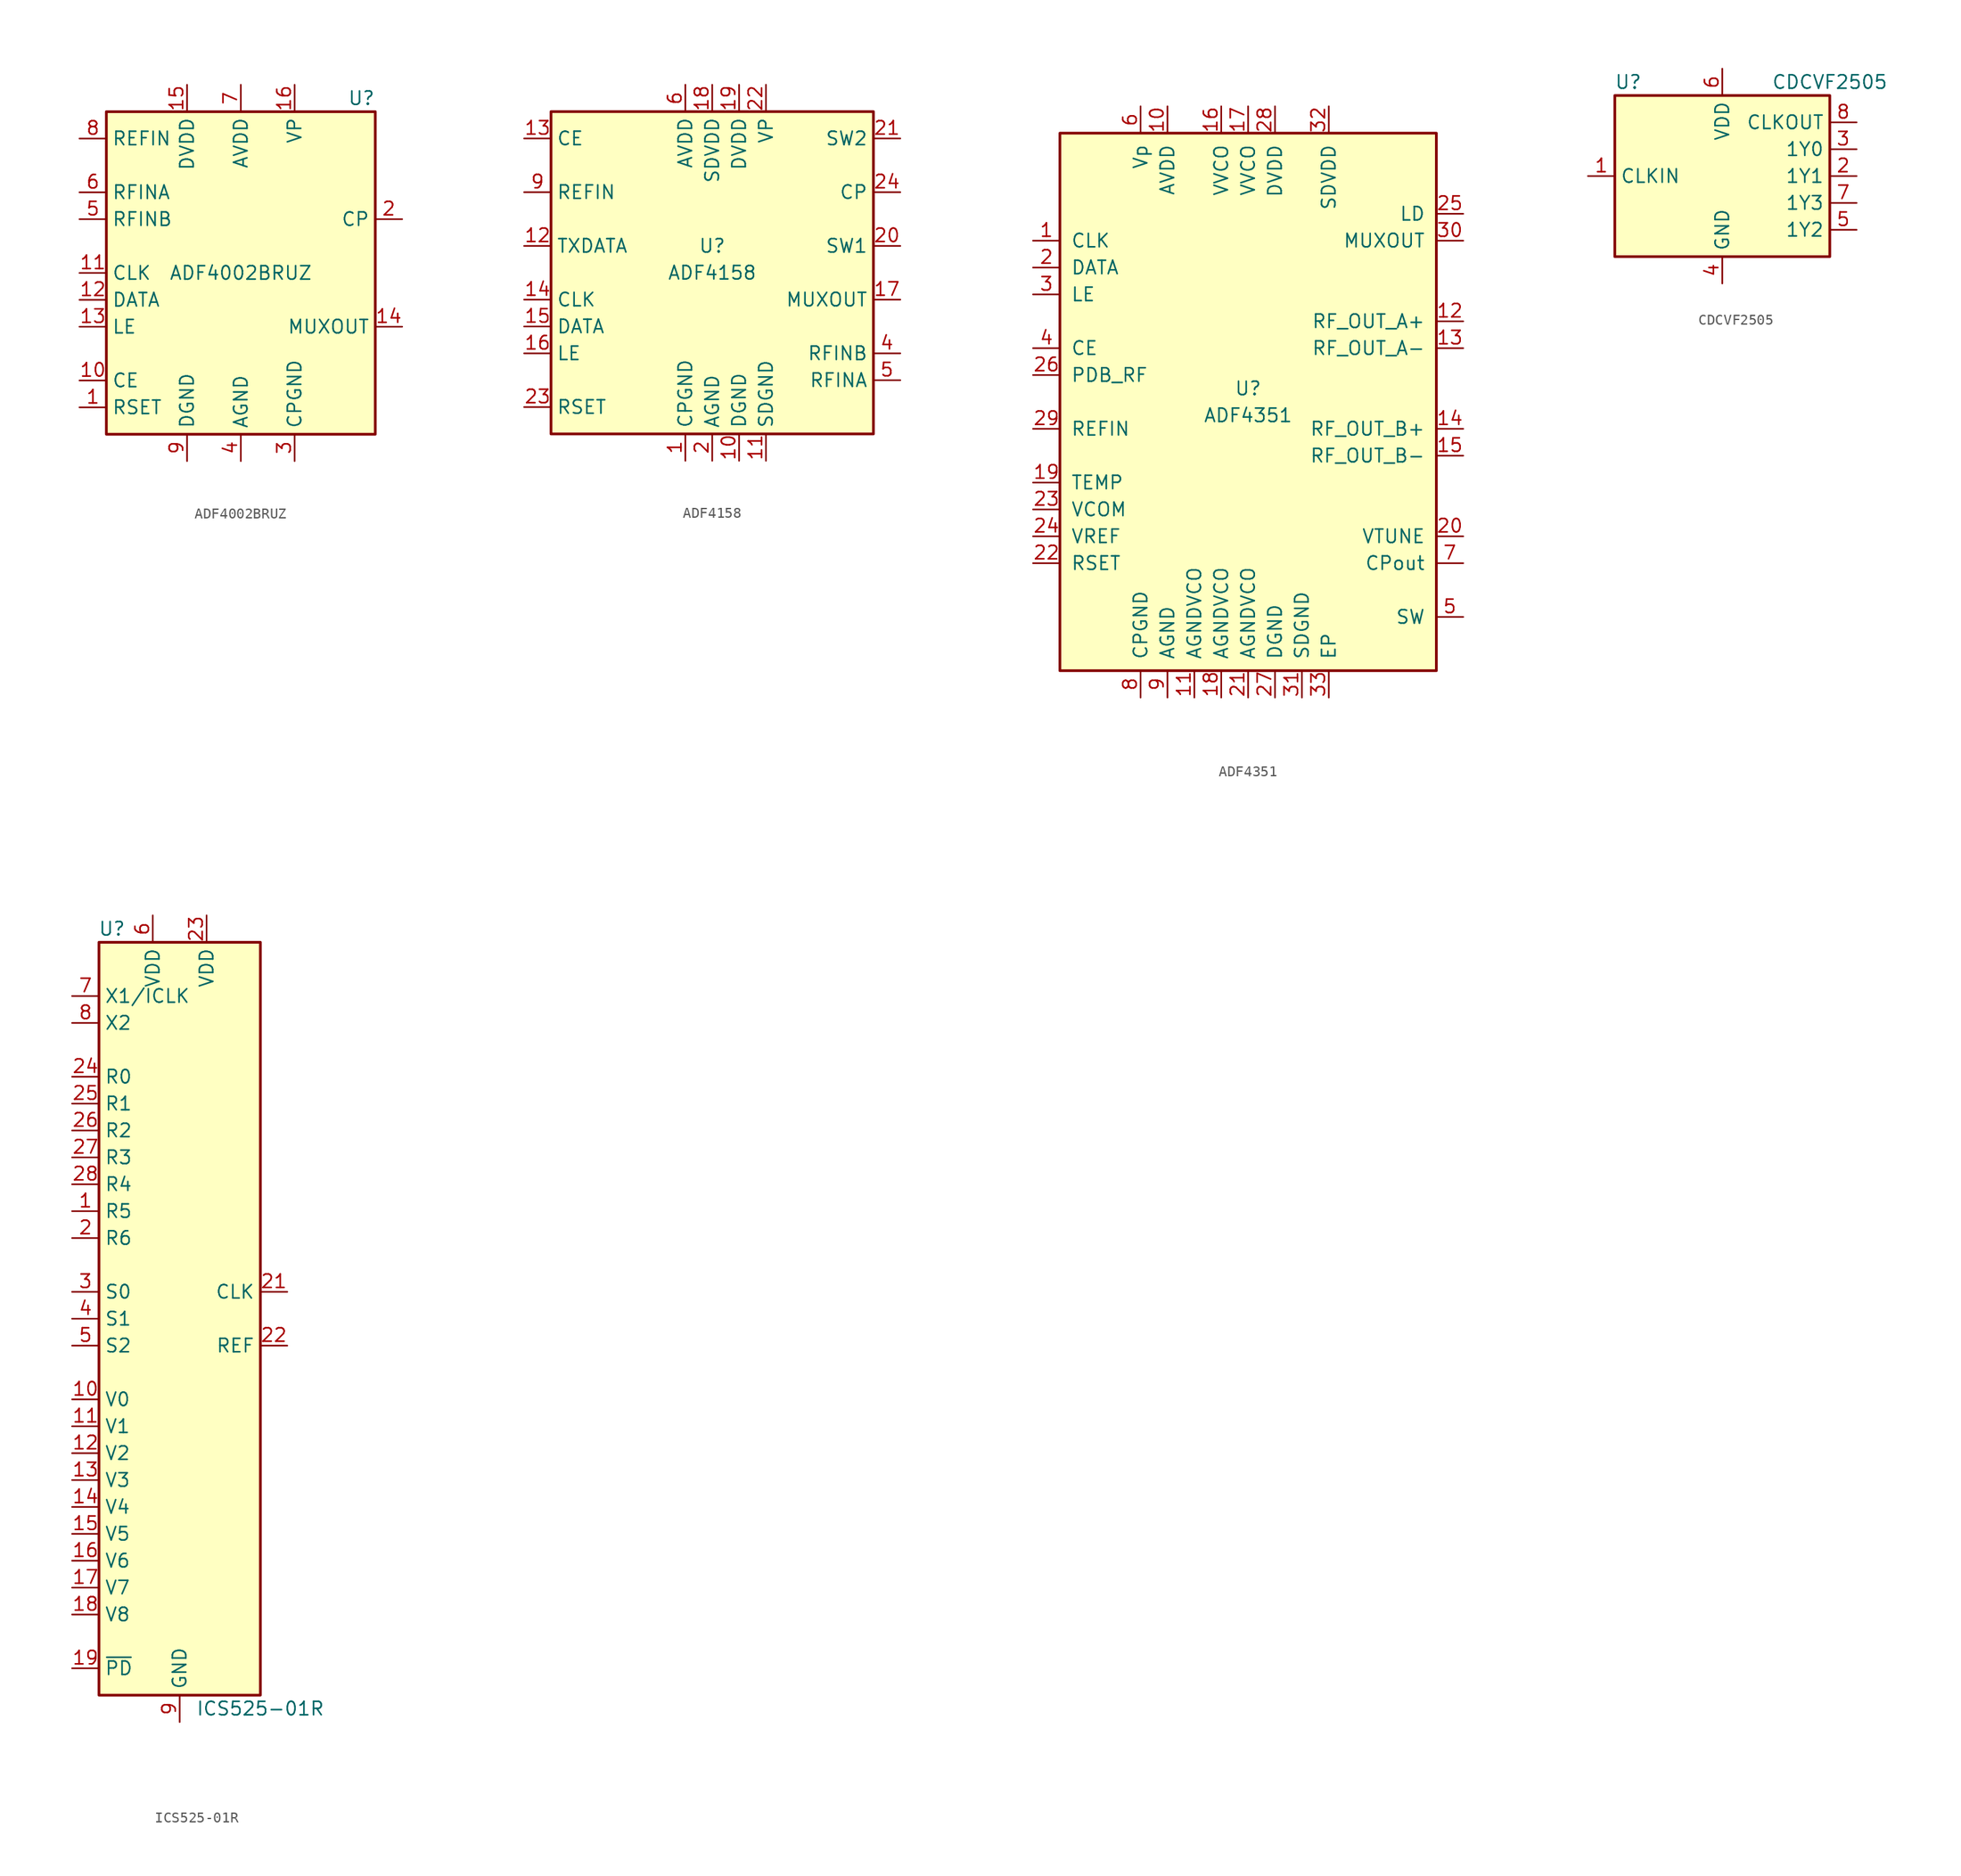
<source format=kicad_sym>
(kicad_symbol_lib
  (version 20231120)
  (generator "kicad_symbol_editor")
  (generator_version "8.0")
  (symbol "ADF4002BRUZ"
    (property "Reference" "U"
      (at 12.7 16.51 0)
      (effects (font (size 1.27 1.27)) (justify right)))
    (property "Value" "ADF4002BRUZ"
      (at 0 0 0)
      (effects (font (size 1.27 1.27))))
    (symbol "ADF4002BRUZ_0_1"
      (rectangle (start -12.7 15.24) (end 12.7 -15.24) (stroke (width 0.254) (type default)) (fill (type background))))
    (symbol "ADF4002BRUZ_1_1"
      (pin input line (at -15.24 -12.7 0) (length 2.54) (name "RSET" (effects (font (size 1.27 1.27)))) (number "1" (effects (font (size 1.27 1.27)))))
      (pin input line (at -15.24 -10.16 0) (length 2.54) (name "CE" (effects (font (size 1.27 1.27)))) (number "10" (effects (font (size 1.27 1.27)))))
      (pin input line (at -15.24 0 0) (length 2.54) (name "CLK" (effects (font (size 1.27 1.27)))) (number "11" (effects (font (size 1.27 1.27)))))
      (pin input line (at -15.24 -2.54 0) (length 2.54) (name "DATA" (effects (font (size 1.27 1.27)))) (number "12" (effects (font (size 1.27 1.27)))))
      (pin input line (at -15.24 -5.08 0) (length 2.54) (name "LE" (effects (font (size 1.27 1.27)))) (number "13" (effects (font (size 1.27 1.27)))))
      (pin output line (at 15.24 -5.08 180) (length 2.54) (name "MUXOUT" (effects (font (size 1.27 1.27)))) (number "14" (effects (font (size 1.27 1.27)))))
      (pin power_in line (at -5.08 17.78 270) (length 2.54) (name "DVDD" (effects (font (size 1.27 1.27)))) (number "15" (effects (font (size 1.27 1.27)))))
      (pin power_in line (at 5.08 17.78 270) (length 2.54) (name "VP" (effects (font (size 1.27 1.27)))) (number "16" (effects (font (size 1.27 1.27)))))
      (pin output line (at 15.24 5.08 180) (length 2.54) (name "CP" (effects (font (size 1.27 1.27)))) (number "2" (effects (font (size 1.27 1.27)))))
      (pin power_in line (at 5.08 -17.78 90) (length 2.54) (name "CPGND" (effects (font (size 1.27 1.27)))) (number "3" (effects (font (size 1.27 1.27)))))
      (pin power_in line (at 0 -17.78 90) (length 2.54) (name "AGND" (effects (font (size 1.27 1.27)))) (number "4" (effects (font (size 1.27 1.27)))))
      (pin input line (at -15.24 5.08 0) (length 2.54) (name "RFINB" (effects (font (size 1.27 1.27)))) (number "5" (effects (font (size 1.27 1.27)))))
      (pin input line (at -15.24 7.62 0) (length 2.54) (name "RFINA" (effects (font (size 1.27 1.27)))) (number "6" (effects (font (size 1.27 1.27)))))
      (pin power_in line (at 0 17.78 270) (length 2.54) (name "AVDD" (effects (font (size 1.27 1.27)))) (number "7" (effects (font (size 1.27 1.27)))))
      (pin input line (at -15.24 12.7 0) (length 2.54) (name "REFIN" (effects (font (size 1.27 1.27)))) (number "8" (effects (font (size 1.27 1.27)))))
      (pin power_in line (at -5.08 -17.78 90) (length 2.54) (name "DGND" (effects (font (size 1.27 1.27)))) (number "9" (effects (font (size 1.27 1.27)))))))
  (symbol "ADF4158"
    (property "Reference" "U"
      (at 0 2.54 0)
      (effects (font (size 1.27 1.27))))
    (property "Value" "ADF4158"
      (at 0 0 0)
      (effects (font (size 1.27 1.27))))
    (symbol "ADF4158_0_1"
      (rectangle (start -15.24 15.24) (end 15.24 -15.24) (stroke (width 0.254) (type default)) (fill (type background))))
    (symbol "ADF4158_1_1"
      (pin power_in line (at -2.54 -17.78 90) (length 2.54) (name "CPGND" (effects (font (size 1.27 1.27)))) (number "1" (effects (font (size 1.27 1.27)))))
      (pin power_in line (at 2.54 -17.78 90) (length 2.54) (name "DGND" (effects (font (size 1.27 1.27)))) (number "10" (effects (font (size 1.27 1.27)))))
      (pin power_in line (at 5.08 -17.78 90) (length 2.54) (name "SDGND" (effects (font (size 1.27 1.27)))) (number "11" (effects (font (size 1.27 1.27)))))
      (pin input line (at -17.78 2.54 0) (length 2.54) (name "TXDATA" (effects (font (size 1.27 1.27)))) (number "12" (effects (font (size 1.27 1.27)))))
      (pin input line (at -17.78 12.7 0) (length 2.54) (name "CE" (effects (font (size 1.27 1.27)))) (number "13" (effects (font (size 1.27 1.27)))))
      (pin input line (at -17.78 -2.54 0) (length 2.54) (name "CLK" (effects (font (size 1.27 1.27)))) (number "14" (effects (font (size 1.27 1.27)))))
      (pin input line (at -17.78 -5.08 0) (length 2.54) (name "DATA" (effects (font (size 1.27 1.27)))) (number "15" (effects (font (size 1.27 1.27)))))
      (pin input line (at -17.78 -7.62 0) (length 2.54) (name "LE" (effects (font (size 1.27 1.27)))) (number "16" (effects (font (size 1.27 1.27)))))
      (pin output line (at 17.78 -2.54 180) (length 2.54) (name "MUXOUT" (effects (font (size 1.27 1.27)))) (number "17" (effects (font (size 1.27 1.27)))))
      (pin power_in line (at 0 17.78 270) (length 2.54) (name "SDVDD" (effects (font (size 1.27 1.27)))) (number "18" (effects (font (size 1.27 1.27)))))
      (pin power_in line (at 2.54 17.78 270) (length 2.54) (name "DVDD" (effects (font (size 1.27 1.27)))) (number "19" (effects (font (size 1.27 1.27)))))
      (pin power_in line (at 0 -17.78 90) (length 2.54) (name "AGND" (effects (font (size 1.27 1.27)))) (number "2" (effects (font (size 1.27 1.27)))))
      (pin passive line (at 17.78 2.54 180) (length 2.54) (name "SW1" (effects (font (size 1.27 1.27)))) (number "20" (effects (font (size 1.27 1.27)))))
      (pin passive line (at 17.78 12.7 180) (length 2.54) (name "SW2" (effects (font (size 1.27 1.27)))) (number "21" (effects (font (size 1.27 1.27)))))
      (pin power_in line (at 5.08 17.78 270) (length 2.54) (name "VP" (effects (font (size 1.27 1.27)))) (number "22" (effects (font (size 1.27 1.27)))))
      (pin passive line (at -17.78 -12.7 0) (length 2.54) (name "RSET" (effects (font (size 1.27 1.27)))) (number "23" (effects (font (size 1.27 1.27)))))
      (pin output line (at 17.78 7.62 180) (length 2.54) (name "CP" (effects (font (size 1.27 1.27)))) (number "24" (effects (font (size 1.27 1.27)))))
      (pin passive line (at 0 -17.78 90) (length 2.54) hide (name "AGND" (effects (font (size 1.27 1.27)))) (number "25" (effects (font (size 1.27 1.27)))))
      (pin passive line (at 0 -17.78 90) (length 2.54) hide (name "AGND" (effects (font (size 1.27 1.27)))) (number "3" (effects (font (size 1.27 1.27)))))
      (pin input line (at 17.78 -7.62 180) (length 2.54) (name "RFINB" (effects (font (size 1.27 1.27)))) (number "4" (effects (font (size 1.27 1.27)))))
      (pin input line (at 17.78 -10.16 180) (length 2.54) (name "RFINA" (effects (font (size 1.27 1.27)))) (number "5" (effects (font (size 1.27 1.27)))))
      (pin power_in line (at -2.54 17.78 270) (length 2.54) (name "AVDD" (effects (font (size 1.27 1.27)))) (number "6" (effects (font (size 1.27 1.27)))))
      (pin passive line (at -2.54 17.78 270) (length 2.54) hide (name "AVDD" (effects (font (size 1.27 1.27)))) (number "7" (effects (font (size 1.27 1.27)))))
      (pin passive line (at -2.54 17.78 270) (length 2.54) hide (name "AVDD" (effects (font (size 1.27 1.27)))) (number "8" (effects (font (size 1.27 1.27)))))
      (pin input line (at -17.78 7.62 0) (length 2.54) (name "REFIN" (effects (font (size 1.27 1.27)))) (number "9" (effects (font (size 1.27 1.27)))))))
  (symbol "ADF4351"
    (pin_names
      (offset 1.016))
    (property "Reference" "U"
      (at 0 1.27 0)
      (effects (font (size 1.27 1.27))))
    (property "Value" "ADF4351"
      (at 0 -1.27 0)
      (effects (font (size 1.27 1.27))))
    (symbol "ADF4351_0_1"
      (rectangle (start 17.78 25.4) (end -17.78 -25.4) (stroke (width 0.254) (type default)) (fill (type background))))
    (symbol "ADF4351_1_1"
      (pin input line (at -20.32 15.24 0) (length 2.54) (name "CLK" (effects (font (size 1.27 1.27)))) (number "1" (effects (font (size 1.27 1.27)))))
      (pin power_in line (at -7.62 27.94 270) (length 2.54) (name "AVDD" (effects (font (size 1.27 1.27)))) (number "10" (effects (font (size 1.27 1.27)))))
      (pin power_in line (at -5.08 -27.94 90) (length 2.54) (name "AGNDVCO" (effects (font (size 1.27 1.27)))) (number "11" (effects (font (size 1.27 1.27)))))
      (pin output line (at 20.32 7.62 180) (length 2.54) (name "RF_OUT_A+" (effects (font (size 1.27 1.27)))) (number "12" (effects (font (size 1.27 1.27)))))
      (pin output line (at 20.32 5.08 180) (length 2.54) (name "RF_OUT_A-" (effects (font (size 1.27 1.27)))) (number "13" (effects (font (size 1.27 1.27)))))
      (pin output line (at 20.32 -2.54 180) (length 2.54) (name "RF_OUT_B+" (effects (font (size 1.27 1.27)))) (number "14" (effects (font (size 1.27 1.27)))))
      (pin output line (at 20.32 -5.08 180) (length 2.54) (name "RF_OUT_B-" (effects (font (size 1.27 1.27)))) (number "15" (effects (font (size 1.27 1.27)))))
      (pin power_in line (at -2.54 27.94 270) (length 2.54) (name "VVCO" (effects (font (size 1.27 1.27)))) (number "16" (effects (font (size 1.27 1.27)))))
      (pin power_in line (at 0 27.94 270) (length 2.54) (name "VVCO" (effects (font (size 1.27 1.27)))) (number "17" (effects (font (size 1.27 1.27)))))
      (pin power_in line (at -2.54 -27.94 90) (length 2.54) (name "AGNDVCO" (effects (font (size 1.27 1.27)))) (number "18" (effects (font (size 1.27 1.27)))))
      (pin input line (at -20.32 -7.62 0) (length 2.54) (name "TEMP" (effects (font (size 1.27 1.27)))) (number "19" (effects (font (size 1.27 1.27)))))
      (pin input line (at -20.32 12.7 0) (length 2.54) (name "DATA" (effects (font (size 1.27 1.27)))) (number "2" (effects (font (size 1.27 1.27)))))
      (pin input line (at 20.32 -12.7 180) (length 2.54) (name "VTUNE" (effects (font (size 1.27 1.27)))) (number "20" (effects (font (size 1.27 1.27)))))
      (pin power_in line (at 0 -27.94 90) (length 2.54) (name "AGNDVCO" (effects (font (size 1.27 1.27)))) (number "21" (effects (font (size 1.27 1.27)))))
      (pin input line (at -20.32 -15.24 0) (length 2.54) (name "RSET" (effects (font (size 1.27 1.27)))) (number "22" (effects (font (size 1.27 1.27)))))
      (pin input line (at -20.32 -10.16 0) (length 2.54) (name "VCOM" (effects (font (size 1.27 1.27)))) (number "23" (effects (font (size 1.27 1.27)))))
      (pin input line (at -20.32 -12.7 0) (length 2.54) (name "VREF" (effects (font (size 1.27 1.27)))) (number "24" (effects (font (size 1.27 1.27)))))
      (pin input line (at 20.32 17.78 180) (length 2.54) (name "LD" (effects (font (size 1.27 1.27)))) (number "25" (effects (font (size 1.27 1.27)))))
      (pin input line (at -20.32 2.54 0) (length 2.54) (name "PDB_RF" (effects (font (size 1.27 1.27)))) (number "26" (effects (font (size 1.27 1.27)))))
      (pin power_in line (at 2.54 -27.94 90) (length 2.54) (name "DGND" (effects (font (size 1.27 1.27)))) (number "27" (effects (font (size 1.27 1.27)))))
      (pin power_in line (at 2.54 27.94 270) (length 2.54) (name "DVDD" (effects (font (size 1.27 1.27)))) (number "28" (effects (font (size 1.27 1.27)))))
      (pin input line (at -20.32 -2.54 0) (length 2.54) (name "REFIN" (effects (font (size 1.27 1.27)))) (number "29" (effects (font (size 1.27 1.27)))))
      (pin input line (at -20.32 10.16 0) (length 2.54) (name "LE" (effects (font (size 1.27 1.27)))) (number "3" (effects (font (size 1.27 1.27)))))
      (pin output line (at 20.32 15.24 180) (length 2.54) (name "MUXOUT" (effects (font (size 1.27 1.27)))) (number "30" (effects (font (size 1.27 1.27)))))
      (pin power_in line (at 5.08 -27.94 90) (length 2.54) (name "SDGND" (effects (font (size 1.27 1.27)))) (number "31" (effects (font (size 1.27 1.27)))))
      (pin power_in line (at 7.62 27.94 270) (length 2.54) (name "SDVDD" (effects (font (size 1.27 1.27)))) (number "32" (effects (font (size 1.27 1.27)))))
      (pin power_in line (at 7.62 -27.94 90) (length 2.54) (name "EP" (effects (font (size 1.27 1.27)))) (number "33" (effects (font (size 1.27 1.27)))))
      (pin input line (at -20.32 5.08 0) (length 2.54) (name "CE" (effects (font (size 1.27 1.27)))) (number "4" (effects (font (size 1.27 1.27)))))
      (pin input line (at 20.32 -20.32 180) (length 2.54) (name "SW" (effects (font (size 1.27 1.27)))) (number "5" (effects (font (size 1.27 1.27)))))
      (pin power_in line (at -10.16 27.94 270) (length 2.54) (name "Vp" (effects (font (size 1.27 1.27)))) (number "6" (effects (font (size 1.27 1.27)))))
      (pin input line (at 20.32 -15.24 180) (length 2.54) (name "CPout" (effects (font (size 1.27 1.27)))) (number "7" (effects (font (size 1.27 1.27)))))
      (pin power_in line (at -10.16 -27.94 90) (length 2.54) (name "CPGND" (effects (font (size 1.27 1.27)))) (number "8" (effects (font (size 1.27 1.27)))))
      (pin power_in line (at -7.62 -27.94 90) (length 2.54) (name "AGND" (effects (font (size 1.27 1.27)))) (number "9" (effects (font (size 1.27 1.27)))))))
  (symbol "CDCVF2505"
    (property "Reference" "U"
      (at -8.89 8.89 0)
      (effects (font (size 1.27 1.27))))
    (property "Value" "CDCVF2505"
      (at 10.16 8.89 0)
      (effects (font (size 1.27 1.27))))
    (symbol "CDCVF2505_0_1"
      (rectangle (start -10.16 7.62) (end 10.16 -7.62) (stroke (width 0.254) (type default)) (fill (type background))))
    (symbol "CDCVF2505_1_1"
      (pin input line (at -12.7 0 0) (length 2.54) (name "CLKIN" (effects (font (size 1.27 1.27)))) (number "1" (effects (font (size 1.27 1.27)))))
      (pin tri_state line (at 12.7 0 180) (length 2.54) (name "1Y1" (effects (font (size 1.27 1.27)))) (number "2" (effects (font (size 1.27 1.27)))))
      (pin tri_state line (at 12.7 2.54 180) (length 2.54) (name "1Y0" (effects (font (size 1.27 1.27)))) (number "3" (effects (font (size 1.27 1.27)))))
      (pin power_in line (at 0 -10.16 90) (length 2.54) (name "GND" (effects (font (size 1.27 1.27)))) (number "4" (effects (font (size 1.27 1.27)))))
      (pin tri_state line (at 12.7 -5.08 180) (length 2.54) (name "1Y2" (effects (font (size 1.27 1.27)))) (number "5" (effects (font (size 1.27 1.27)))))
      (pin power_in line (at 0 10.16 270) (length 2.54) (name "VDD" (effects (font (size 1.27 1.27)))) (number "6" (effects (font (size 1.27 1.27)))))
      (pin tri_state line (at 12.7 -2.54 180) (length 2.54) (name "1Y3" (effects (font (size 1.27 1.27)))) (number "7" (effects (font (size 1.27 1.27)))))
      (pin tri_state line (at 12.7 5.08 180) (length 2.54) (name "CLKOUT" (effects (font (size 1.27 1.27)))) (number "8" (effects (font (size 1.27 1.27)))))))
  (symbol "ICS525-01R"
    (property "Reference" "U"
      (at -5.08 36.83 0)
      (effects (font (size 1.27 1.27)) (justify right)))
    (property "Value" "ICS525-01R"
      (at 7.62 -36.83 0)
      (effects (font (size 1.27 1.27))))
    (symbol "ICS525-01R_0_1"
      (rectangle (start -7.62 35.56) (end 7.62 -35.56) (stroke (width 0.254) (type default)) (fill (type background))))
    (symbol "ICS525-01R_1_1"
      (pin input line (at -10.16 10.16 0) (length 2.54) (name "R5" (effects (font (size 1.27 1.27)))) (number "1" (effects (font (size 1.27 1.27)))))
      (pin input line (at -10.16 -7.62 0) (length 2.54) (name "V0" (effects (font (size 1.27 1.27)))) (number "10" (effects (font (size 1.27 1.27)))))
      (pin input line (at -10.16 -10.16 0) (length 2.54) (name "V1" (effects (font (size 1.27 1.27)))) (number "11" (effects (font (size 1.27 1.27)))))
      (pin input line (at -10.16 -12.7 0) (length 2.54) (name "V2" (effects (font (size 1.27 1.27)))) (number "12" (effects (font (size 1.27 1.27)))))
      (pin input line (at -10.16 -15.24 0) (length 2.54) (name "V3" (effects (font (size 1.27 1.27)))) (number "13" (effects (font (size 1.27 1.27)))))
      (pin input line (at -10.16 -17.78 0) (length 2.54) (name "V4" (effects (font (size 1.27 1.27)))) (number "14" (effects (font (size 1.27 1.27)))))
      (pin input line (at -10.16 -20.32 0) (length 2.54) (name "V5" (effects (font (size 1.27 1.27)))) (number "15" (effects (font (size 1.27 1.27)))))
      (pin input line (at -10.16 -22.86 0) (length 2.54) (name "V6" (effects (font (size 1.27 1.27)))) (number "16" (effects (font (size 1.27 1.27)))))
      (pin input line (at -10.16 -25.4 0) (length 2.54) (name "V7" (effects (font (size 1.27 1.27)))) (number "17" (effects (font (size 1.27 1.27)))))
      (pin input line (at -10.16 -27.94 0) (length 2.54) (name "V8" (effects (font (size 1.27 1.27)))) (number "18" (effects (font (size 1.27 1.27)))))
      (pin input line (at -10.16 -33.02 0) (length 2.54) (name "~{PD}" (effects (font (size 1.27 1.27)))) (number "19" (effects (font (size 1.27 1.27)))))
      (pin input line (at -10.16 7.62 0) (length 2.54) (name "R6" (effects (font (size 1.27 1.27)))) (number "2" (effects (font (size 1.27 1.27)))))
      (pin passive line (at 0 -38.1 90) (length 2.54) hide (name "GND" (effects (font (size 1.27 1.27)))) (number "20" (effects (font (size 1.27 1.27)))))
      (pin tri_state line (at 10.16 2.54 180) (length 2.54) (name "CLK" (effects (font (size 1.27 1.27)))) (number "21" (effects (font (size 1.27 1.27)))))
      (pin tri_state line (at 10.16 -2.54 180) (length 2.54) (name "REF" (effects (font (size 1.27 1.27)))) (number "22" (effects (font (size 1.27 1.27)))))
      (pin power_in line (at 2.54 38.1 270) (length 2.54) (name "VDD" (effects (font (size 1.27 1.27)))) (number "23" (effects (font (size 1.27 1.27)))))
      (pin input line (at -10.16 22.86 0) (length 2.54) (name "R0" (effects (font (size 1.27 1.27)))) (number "24" (effects (font (size 1.27 1.27)))))
      (pin input line (at -10.16 20.32 0) (length 2.54) (name "R1" (effects (font (size 1.27 1.27)))) (number "25" (effects (font (size 1.27 1.27)))))
      (pin input line (at -10.16 17.78 0) (length 2.54) (name "R2" (effects (font (size 1.27 1.27)))) (number "26" (effects (font (size 1.27 1.27)))))
      (pin input line (at -10.16 15.24 0) (length 2.54) (name "R3" (effects (font (size 1.27 1.27)))) (number "27" (effects (font (size 1.27 1.27)))))
      (pin input line (at -10.16 12.7 0) (length 2.54) (name "R4" (effects (font (size 1.27 1.27)))) (number "28" (effects (font (size 1.27 1.27)))))
      (pin input line (at -10.16 2.54 0) (length 2.54) (name "S0" (effects (font (size 1.27 1.27)))) (number "3" (effects (font (size 1.27 1.27)))))
      (pin input line (at -10.16 0 0) (length 2.54) (name "S1" (effects (font (size 1.27 1.27)))) (number "4" (effects (font (size 1.27 1.27)))))
      (pin input line (at -10.16 -2.54 0) (length 2.54) (name "S2" (effects (font (size 1.27 1.27)))) (number "5" (effects (font (size 1.27 1.27)))))
      (pin power_in line (at -2.54 38.1 270) (length 2.54) (name "VDD" (effects (font (size 1.27 1.27)))) (number "6" (effects (font (size 1.27 1.27)))))
      (pin input line (at -10.16 30.48 0) (length 2.54) (name "X1/ICLK" (effects (font (size 1.27 1.27)))) (number "7" (effects (font (size 1.27 1.27)))))
      (pin output line (at -10.16 27.94 0) (length 2.54) (name "X2" (effects (font (size 1.27 1.27)))) (number "8" (effects (font (size 1.27 1.27)))))
      (pin power_in line (at 0 -38.1 90) (length 2.54) (name "GND" (effects (font (size 1.27 1.27)))) (number "9" (effects (font (size 1.27 1.27))))))))
</source>
